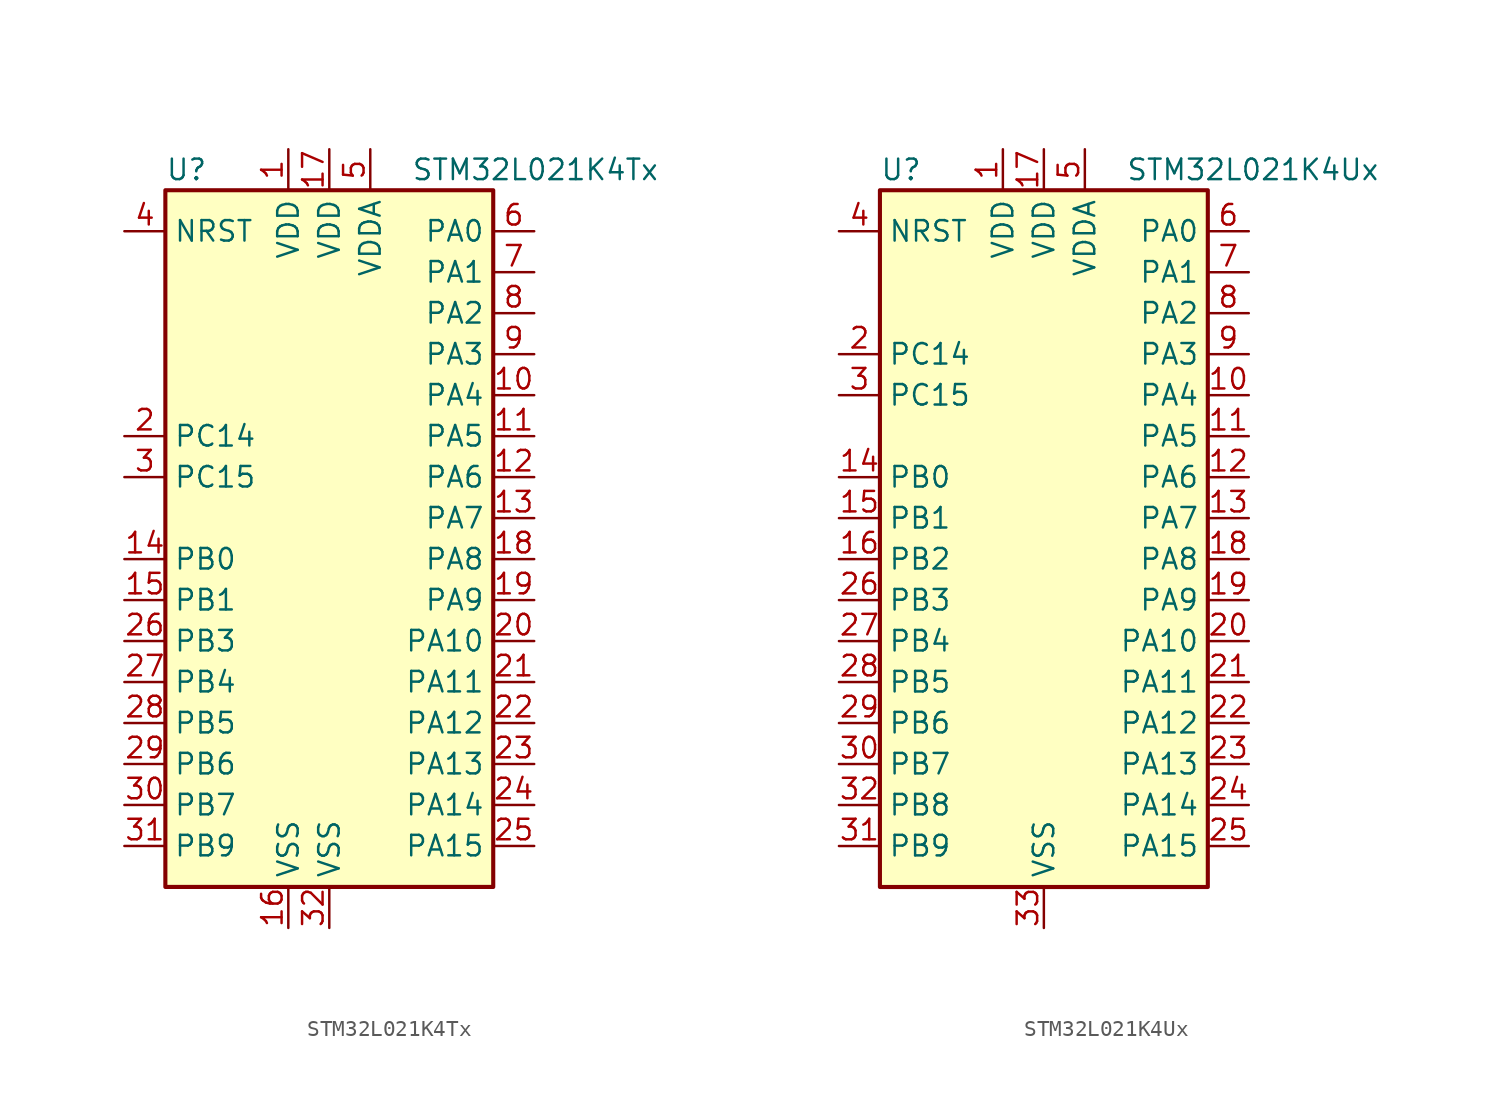
<source format=kicad_sym>
(kicad_symbol_lib
  (version 20201005)
  (generator kicad_symbol_editor)
  (symbol "MCU_ST_STM32L0:STM32L021K4Tx"
    (property "Reference" "U"
      (at -10.16 21.59 0)
      (effects (font (size 1.27 1.27)) (justify left)))
    (property "Value" "STM32L021K4Tx"
      (at 5.08 21.59 0)
      (effects (font (size 1.27 1.27)) (justify left)))
    (symbol "STM32L021K4Tx_0_1"
      (rectangle (start -10.16 -22.86) (end 10.16 20.32) (stroke (width 0.254)) (fill (type background))))
    (symbol "STM32L021K4Tx_1_1"
      (pin input line (at -12.7 17.78 0) (length 2.54) (name "NRST" (effects (font (size 1.27 1.27)))) (number "4" (effects (font (size 1.27 1.27)))))
      (pin bidirectional line (at 12.7 17.78 180) (length 2.54) (name "PA0" (effects (font (size 1.27 1.27)))) (number "6" (effects (font (size 1.27 1.27)))))
      (pin bidirectional line (at 12.7 15.24 180) (length 2.54) (name "PA1" (effects (font (size 1.27 1.27)))) (number "7" (effects (font (size 1.27 1.27)))))
      (pin bidirectional line (at 12.7 -7.62 180) (length 2.54) (name "PA10" (effects (font (size 1.27 1.27)))) (number "20" (effects (font (size 1.27 1.27)))))
      (pin bidirectional line (at 12.7 -10.16 180) (length 2.54) (name "PA11" (effects (font (size 1.27 1.27)))) (number "21" (effects (font (size 1.27 1.27)))))
      (pin bidirectional line (at 12.7 -12.7 180) (length 2.54) (name "PA12" (effects (font (size 1.27 1.27)))) (number "22" (effects (font (size 1.27 1.27)))))
      (pin bidirectional line (at 12.7 -15.24 180) (length 2.54) (name "PA13" (effects (font (size 1.27 1.27)))) (number "23" (effects (font (size 1.27 1.27)))))
      (pin bidirectional line (at 12.7 -17.78 180) (length 2.54) (name "PA14" (effects (font (size 1.27 1.27)))) (number "24" (effects (font (size 1.27 1.27)))))
      (pin bidirectional line (at 12.7 -20.32 180) (length 2.54) (name "PA15" (effects (font (size 1.27 1.27)))) (number "25" (effects (font (size 1.27 1.27)))))
      (pin bidirectional line (at 12.7 12.7 180) (length 2.54) (name "PA2" (effects (font (size 1.27 1.27)))) (number "8" (effects (font (size 1.27 1.27)))))
      (pin bidirectional line (at 12.7 10.16 180) (length 2.54) (name "PA3" (effects (font (size 1.27 1.27)))) (number "9" (effects (font (size 1.27 1.27)))))
      (pin bidirectional line (at 12.7 7.62 180) (length 2.54) (name "PA4" (effects (font (size 1.27 1.27)))) (number "10" (effects (font (size 1.27 1.27)))))
      (pin bidirectional line (at 12.7 5.08 180) (length 2.54) (name "PA5" (effects (font (size 1.27 1.27)))) (number "11" (effects (font (size 1.27 1.27)))))
      (pin bidirectional line (at 12.7 2.54 180) (length 2.54) (name "PA6" (effects (font (size 1.27 1.27)))) (number "12" (effects (font (size 1.27 1.27)))))
      (pin bidirectional line (at 12.7 0 180) (length 2.54) (name "PA7" (effects (font (size 1.27 1.27)))) (number "13" (effects (font (size 1.27 1.27)))))
      (pin bidirectional line (at 12.7 -2.54 180) (length 2.54) (name "PA8" (effects (font (size 1.27 1.27)))) (number "18" (effects (font (size 1.27 1.27)))))
      (pin bidirectional line (at 12.7 -5.08 180) (length 2.54) (name "PA9" (effects (font (size 1.27 1.27)))) (number "19" (effects (font (size 1.27 1.27)))))
      (pin bidirectional line (at -12.7 -2.54 0) (length 2.54) (name "PB0" (effects (font (size 1.27 1.27)))) (number "14" (effects (font (size 1.27 1.27)))))
      (pin bidirectional line (at -12.7 -5.08 0) (length 2.54) (name "PB1" (effects (font (size 1.27 1.27)))) (number "15" (effects (font (size 1.27 1.27)))))
      (pin bidirectional line (at -12.7 -7.62 0) (length 2.54) (name "PB3" (effects (font (size 1.27 1.27)))) (number "26" (effects (font (size 1.27 1.27)))))
      (pin bidirectional line (at -12.7 -10.16 0) (length 2.54) (name "PB4" (effects (font (size 1.27 1.27)))) (number "27" (effects (font (size 1.27 1.27)))))
      (pin bidirectional line (at -12.7 -12.7 0) (length 2.54) (name "PB5" (effects (font (size 1.27 1.27)))) (number "28" (effects (font (size 1.27 1.27)))))
      (pin bidirectional line (at -12.7 -15.24 0) (length 2.54) (name "PB6" (effects (font (size 1.27 1.27)))) (number "29" (effects (font (size 1.27 1.27)))))
      (pin bidirectional line (at -12.7 -17.78 0) (length 2.54) (name "PB7" (effects (font (size 1.27 1.27)))) (number "30" (effects (font (size 1.27 1.27)))))
      (pin bidirectional line (at -12.7 -20.32 0) (length 2.54) (name "PB9" (effects (font (size 1.27 1.27)))) (number "31" (effects (font (size 1.27 1.27)))))
      (pin bidirectional line (at -12.7 5.08 0) (length 2.54) (name "PC14" (effects (font (size 1.27 1.27)))) (number "2" (effects (font (size 1.27 1.27)))))
      (pin bidirectional line (at -12.7 2.54 0) (length 2.54) (name "PC15" (effects (font (size 1.27 1.27)))) (number "3" (effects (font (size 1.27 1.27)))))
      (pin power_in line (at -2.54 22.86 270) (length 2.54) (name "VDD" (effects (font (size 1.27 1.27)))) (number "1" (effects (font (size 1.27 1.27)))))
      (pin power_in line (at 0 22.86 270) (length 2.54) (name "VDD" (effects (font (size 1.27 1.27)))) (number "17" (effects (font (size 1.27 1.27)))))
      (pin power_in line (at 2.54 22.86 270) (length 2.54) (name "VDDA" (effects (font (size 1.27 1.27)))) (number "5" (effects (font (size 1.27 1.27)))))
      (pin power_in line (at -2.54 -25.4 90) (length 2.54) (name "VSS" (effects (font (size 1.27 1.27)))) (number "16" (effects (font (size 1.27 1.27)))))
      (pin power_in line (at 0 -25.4 90) (length 2.54) (name "VSS" (effects (font (size 1.27 1.27)))) (number "32" (effects (font (size 1.27 1.27)))))))
  (symbol "MCU_ST_STM32L0:STM32L021K4Ux"
    (property "Reference" "U"
      (at -10.16 21.59 0)
      (effects (font (size 1.27 1.27)) (justify left)))
    (property "Value" "STM32L021K4Ux"
      (at 5.08 21.59 0)
      (effects (font (size 1.27 1.27)) (justify left)))
    (symbol "STM32L021K4Ux_0_1"
      (rectangle (start -10.16 -22.86) (end 10.16 20.32) (stroke (width 0.254)) (fill (type background))))
    (symbol "STM32L021K4Ux_1_1"
      (pin input line (at -12.7 17.78 0) (length 2.54) (name "NRST" (effects (font (size 1.27 1.27)))) (number "4" (effects (font (size 1.27 1.27)))))
      (pin bidirectional line (at 12.7 17.78 180) (length 2.54) (name "PA0" (effects (font (size 1.27 1.27)))) (number "6" (effects (font (size 1.27 1.27)))))
      (pin bidirectional line (at 12.7 15.24 180) (length 2.54) (name "PA1" (effects (font (size 1.27 1.27)))) (number "7" (effects (font (size 1.27 1.27)))))
      (pin bidirectional line (at 12.7 -7.62 180) (length 2.54) (name "PA10" (effects (font (size 1.27 1.27)))) (number "20" (effects (font (size 1.27 1.27)))))
      (pin bidirectional line (at 12.7 -10.16 180) (length 2.54) (name "PA11" (effects (font (size 1.27 1.27)))) (number "21" (effects (font (size 1.27 1.27)))))
      (pin bidirectional line (at 12.7 -12.7 180) (length 2.54) (name "PA12" (effects (font (size 1.27 1.27)))) (number "22" (effects (font (size 1.27 1.27)))))
      (pin bidirectional line (at 12.7 -15.24 180) (length 2.54) (name "PA13" (effects (font (size 1.27 1.27)))) (number "23" (effects (font (size 1.27 1.27)))))
      (pin bidirectional line (at 12.7 -17.78 180) (length 2.54) (name "PA14" (effects (font (size 1.27 1.27)))) (number "24" (effects (font (size 1.27 1.27)))))
      (pin bidirectional line (at 12.7 -20.32 180) (length 2.54) (name "PA15" (effects (font (size 1.27 1.27)))) (number "25" (effects (font (size 1.27 1.27)))))
      (pin bidirectional line (at 12.7 12.7 180) (length 2.54) (name "PA2" (effects (font (size 1.27 1.27)))) (number "8" (effects (font (size 1.27 1.27)))))
      (pin bidirectional line (at 12.7 10.16 180) (length 2.54) (name "PA3" (effects (font (size 1.27 1.27)))) (number "9" (effects (font (size 1.27 1.27)))))
      (pin bidirectional line (at 12.7 7.62 180) (length 2.54) (name "PA4" (effects (font (size 1.27 1.27)))) (number "10" (effects (font (size 1.27 1.27)))))
      (pin bidirectional line (at 12.7 5.08 180) (length 2.54) (name "PA5" (effects (font (size 1.27 1.27)))) (number "11" (effects (font (size 1.27 1.27)))))
      (pin bidirectional line (at 12.7 2.54 180) (length 2.54) (name "PA6" (effects (font (size 1.27 1.27)))) (number "12" (effects (font (size 1.27 1.27)))))
      (pin bidirectional line (at 12.7 0 180) (length 2.54) (name "PA7" (effects (font (size 1.27 1.27)))) (number "13" (effects (font (size 1.27 1.27)))))
      (pin bidirectional line (at 12.7 -2.54 180) (length 2.54) (name "PA8" (effects (font (size 1.27 1.27)))) (number "18" (effects (font (size 1.27 1.27)))))
      (pin bidirectional line (at 12.7 -5.08 180) (length 2.54) (name "PA9" (effects (font (size 1.27 1.27)))) (number "19" (effects (font (size 1.27 1.27)))))
      (pin bidirectional line (at -12.7 2.54 0) (length 2.54) (name "PB0" (effects (font (size 1.27 1.27)))) (number "14" (effects (font (size 1.27 1.27)))))
      (pin bidirectional line (at -12.7 0 0) (length 2.54) (name "PB1" (effects (font (size 1.27 1.27)))) (number "15" (effects (font (size 1.27 1.27)))))
      (pin bidirectional line (at -12.7 -2.54 0) (length 2.54) (name "PB2" (effects (font (size 1.27 1.27)))) (number "16" (effects (font (size 1.27 1.27)))))
      (pin bidirectional line (at -12.7 -5.08 0) (length 2.54) (name "PB3" (effects (font (size 1.27 1.27)))) (number "26" (effects (font (size 1.27 1.27)))))
      (pin bidirectional line (at -12.7 -7.62 0) (length 2.54) (name "PB4" (effects (font (size 1.27 1.27)))) (number "27" (effects (font (size 1.27 1.27)))))
      (pin bidirectional line (at -12.7 -10.16 0) (length 2.54) (name "PB5" (effects (font (size 1.27 1.27)))) (number "28" (effects (font (size 1.27 1.27)))))
      (pin bidirectional line (at -12.7 -12.7 0) (length 2.54) (name "PB6" (effects (font (size 1.27 1.27)))) (number "29" (effects (font (size 1.27 1.27)))))
      (pin bidirectional line (at -12.7 -15.24 0) (length 2.54) (name "PB7" (effects (font (size 1.27 1.27)))) (number "30" (effects (font (size 1.27 1.27)))))
      (pin bidirectional line (at -12.7 -17.78 0) (length 2.54) (name "PB8" (effects (font (size 1.27 1.27)))) (number "32" (effects (font (size 1.27 1.27)))))
      (pin bidirectional line (at -12.7 -20.32 0) (length 2.54) (name "PB9" (effects (font (size 1.27 1.27)))) (number "31" (effects (font (size 1.27 1.27)))))
      (pin bidirectional line (at -12.7 10.16 0) (length 2.54) (name "PC14" (effects (font (size 1.27 1.27)))) (number "2" (effects (font (size 1.27 1.27)))))
      (pin bidirectional line (at -12.7 7.62 0) (length 2.54) (name "PC15" (effects (font (size 1.27 1.27)))) (number "3" (effects (font (size 1.27 1.27)))))
      (pin power_in line (at -2.54 22.86 270) (length 2.54) (name "VDD" (effects (font (size 1.27 1.27)))) (number "1" (effects (font (size 1.27 1.27)))))
      (pin power_in line (at 0 22.86 270) (length 2.54) (name "VDD" (effects (font (size 1.27 1.27)))) (number "17" (effects (font (size 1.27 1.27)))))
      (pin power_in line (at 2.54 22.86 270) (length 2.54) (name "VDDA" (effects (font (size 1.27 1.27)))) (number "5" (effects (font (size 1.27 1.27)))))
      (pin power_in line (at 0 -25.4 90) (length 2.54) (name "VSS" (effects (font (size 1.27 1.27)))) (number "33" (effects (font (size 1.27 1.27))))))))
</source>
